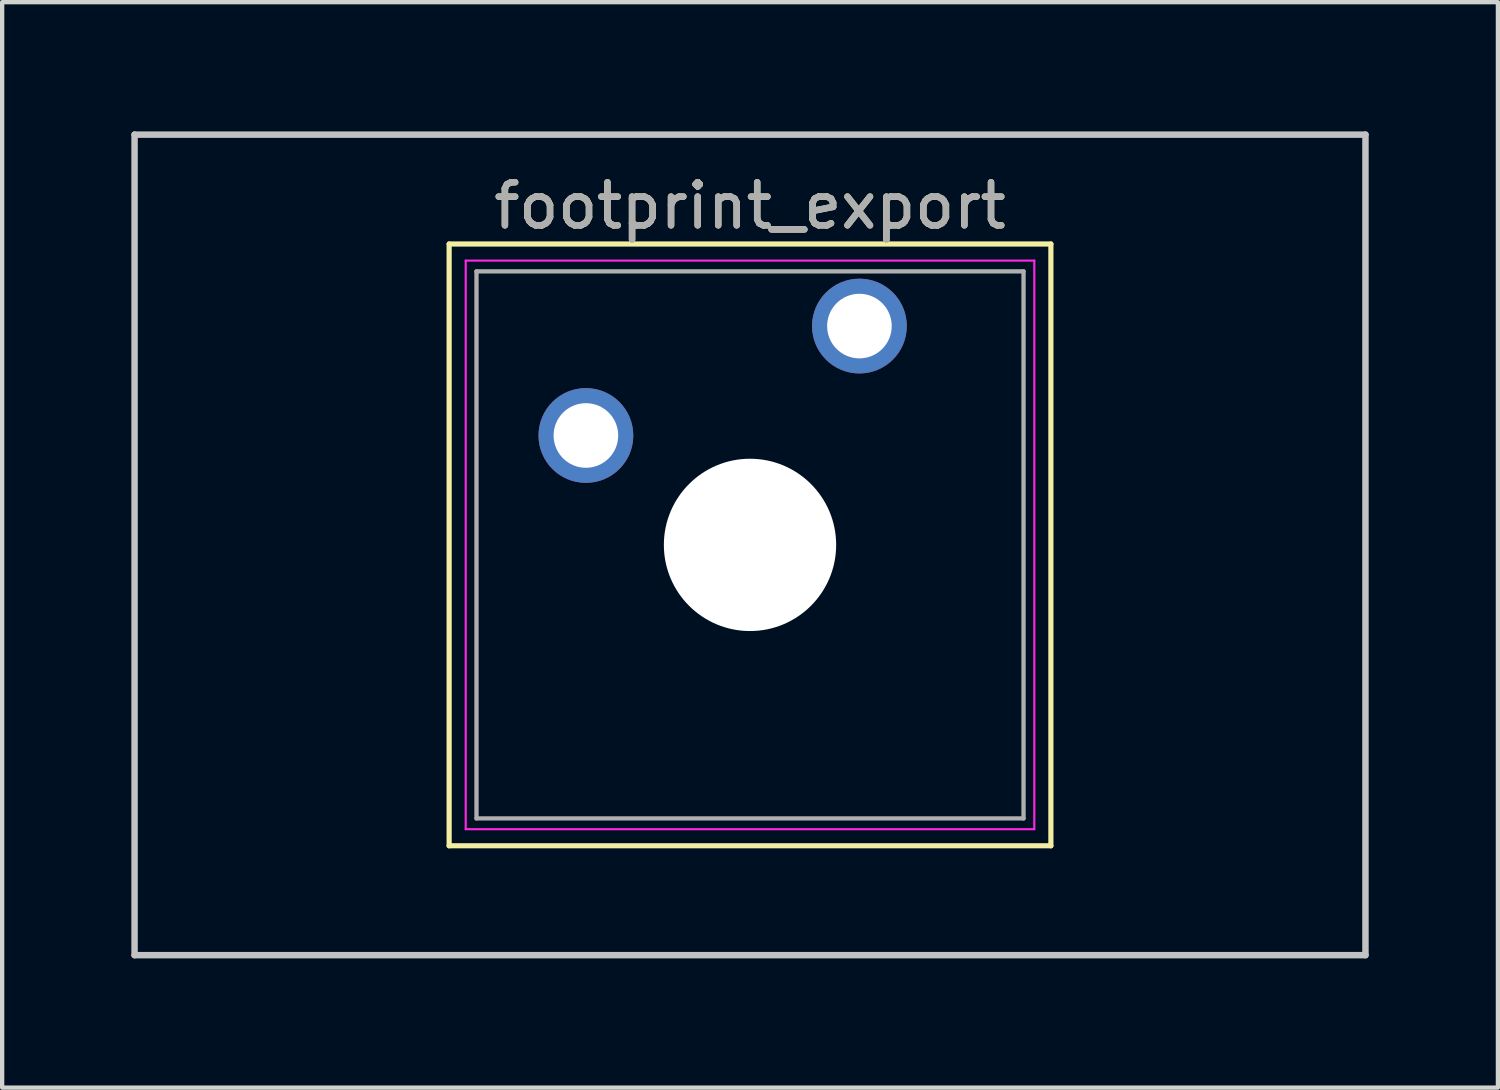
<source format=kicad_pcb>
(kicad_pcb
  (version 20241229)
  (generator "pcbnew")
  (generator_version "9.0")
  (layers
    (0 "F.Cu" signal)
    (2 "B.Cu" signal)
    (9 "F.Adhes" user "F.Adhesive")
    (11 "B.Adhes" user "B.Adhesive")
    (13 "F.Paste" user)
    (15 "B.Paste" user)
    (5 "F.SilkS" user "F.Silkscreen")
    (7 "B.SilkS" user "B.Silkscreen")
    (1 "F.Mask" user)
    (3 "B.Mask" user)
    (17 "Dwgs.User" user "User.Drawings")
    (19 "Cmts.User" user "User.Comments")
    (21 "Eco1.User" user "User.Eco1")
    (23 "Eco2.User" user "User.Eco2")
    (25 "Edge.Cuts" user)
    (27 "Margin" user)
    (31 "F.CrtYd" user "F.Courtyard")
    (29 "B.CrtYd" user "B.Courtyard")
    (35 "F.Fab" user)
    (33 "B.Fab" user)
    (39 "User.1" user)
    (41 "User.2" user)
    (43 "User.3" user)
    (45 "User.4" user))
  (footprint "footprint_export"
    (layer "F.Cu")
    (at 16.902 4.52)
    (property "Reference" "footprint_export" (at -2.54 -2.794 0) (layer "F.SilkS") (effects (font (size 1 1) (thickness 0.15))))
    (attr through_hole)
    (fp_line (start -9.525 -1.905) (end 4.445 -1.905) (stroke (width 0.12) (type solid)) (layer "F.SilkS"))
    (fp_line (start -9.525 12.065) (end -9.525 -1.905) (stroke (width 0.12) (type solid)) (layer "F.SilkS"))
    (fp_line (start 4.445 -1.905) (end 4.445 12.065) (stroke (width 0.12) (type solid)) (layer "F.SilkS"))
    (fp_line (start 4.445 12.065) (end -9.525 12.065) (stroke (width 0.12) (type solid)) (layer "F.SilkS"))
    (fp_line (start -16.828 -4.445) (end 11.748 -4.445) (stroke (width 0.15) (type solid)) (layer "Dwgs.User"))
    (fp_line (start -16.828 14.605) (end -16.828 -4.445) (stroke (width 0.15) (type solid)) (layer "Dwgs.User"))
    (fp_line (start 11.748 -4.445) (end 11.748 14.605) (stroke (width 0.15) (type solid)) (layer "Dwgs.User"))
    (fp_line (start 11.748 14.605) (end -16.828 14.605) (stroke (width 0.15) (type solid)) (layer "Dwgs.User"))
    (fp_line (start -9.14 -1.52) (end 4.06 -1.52) (stroke (width 0.05) (type solid)) (layer "F.CrtYd"))
    (fp_line (start -9.14 11.68) (end -9.14 -1.52) (stroke (width 0.05) (type solid)) (layer "F.CrtYd"))
    (fp_line (start 4.06 -1.52) (end 4.06 11.68) (stroke (width 0.05) (type solid)) (layer "F.CrtYd"))
    (fp_line (start 4.06 11.68) (end -9.14 11.68) (stroke (width 0.05) (type solid)) (layer "F.CrtYd"))
    (fp_line (start -8.89 -1.27) (end 3.81 -1.27) (stroke (width 0.1) (type solid)) (layer "F.Fab"))
    (fp_line (start -8.89 11.43) (end -8.89 -1.27) (stroke (width 0.1) (type solid)) (layer "F.Fab"))
    (fp_line (start 3.81 -1.27) (end 3.81 11.43) (stroke (width 0.1) (type solid)) (layer "F.Fab"))
    (fp_line (start 3.81 11.43) (end -8.89 11.43) (stroke (width 0.1) (type solid)) (layer "F.Fab"))
    (fp_text user "${REFERENCE}" (at -2.54 -2.794 0) (layer "F.Fab") (effects (font (size 1 1) (thickness 0.15))))
    (pad "" np_thru_hole circle (at -2.54 5.08) (size 4 4) (drill 4) (layers "*.Cu" "*.Mask"))
    (pad "1" thru_hole circle (at 0 0) (size 2.2 2.2) (drill 1.5) (layers "*.Cu" "*.Mask"))
    (pad "2" thru_hole circle (at -6.35 2.54) (size 2.2 2.2) (drill 1.5) (layers "*.Cu" "*.Mask")))
  (gr_rect
    (start -3 -3)
    (end 31.725 22.2)
    (stroke (width 0.1) (type default))
    (fill no)
    (layer "Edge.Cuts")))
</source>
